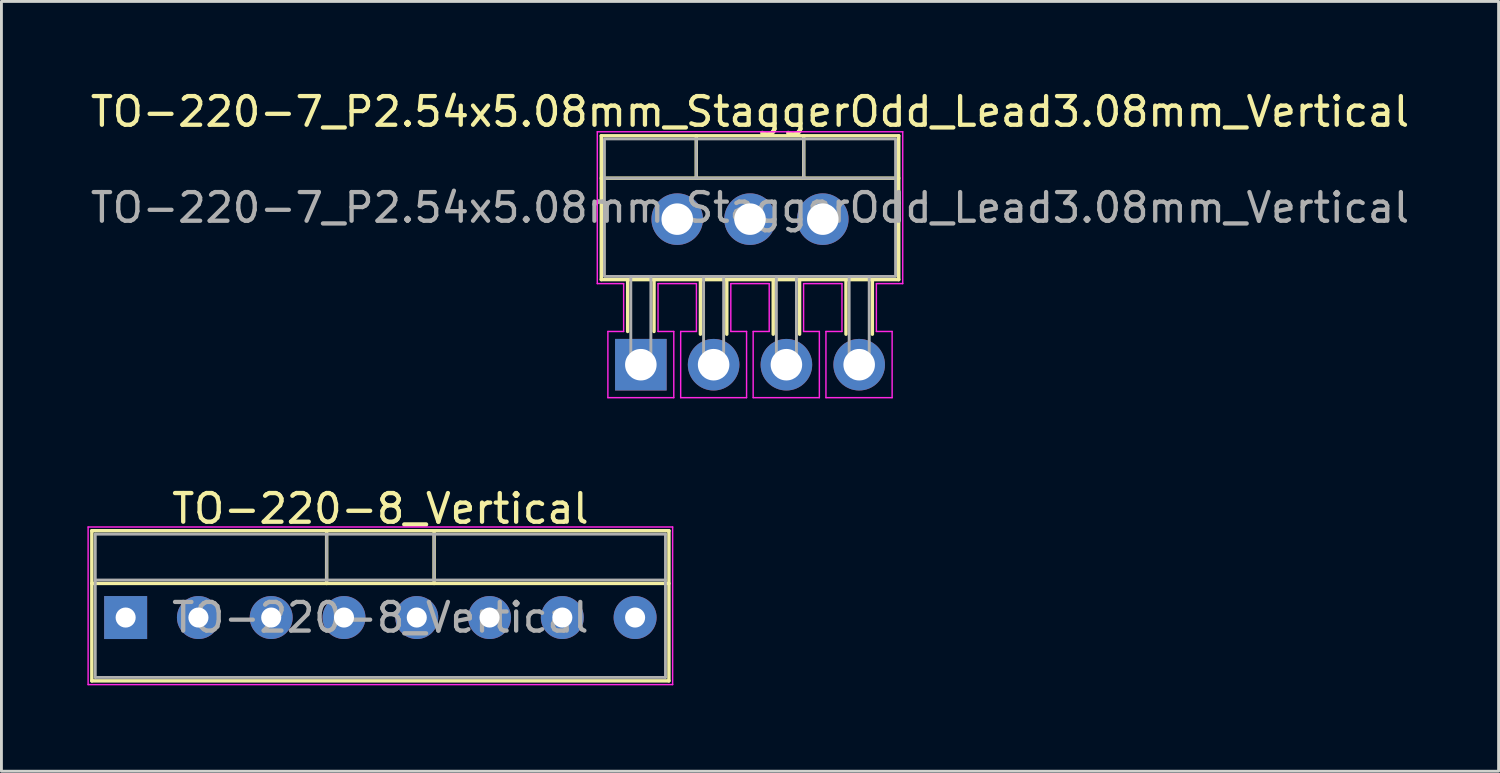
<source format=kicad_pcb>
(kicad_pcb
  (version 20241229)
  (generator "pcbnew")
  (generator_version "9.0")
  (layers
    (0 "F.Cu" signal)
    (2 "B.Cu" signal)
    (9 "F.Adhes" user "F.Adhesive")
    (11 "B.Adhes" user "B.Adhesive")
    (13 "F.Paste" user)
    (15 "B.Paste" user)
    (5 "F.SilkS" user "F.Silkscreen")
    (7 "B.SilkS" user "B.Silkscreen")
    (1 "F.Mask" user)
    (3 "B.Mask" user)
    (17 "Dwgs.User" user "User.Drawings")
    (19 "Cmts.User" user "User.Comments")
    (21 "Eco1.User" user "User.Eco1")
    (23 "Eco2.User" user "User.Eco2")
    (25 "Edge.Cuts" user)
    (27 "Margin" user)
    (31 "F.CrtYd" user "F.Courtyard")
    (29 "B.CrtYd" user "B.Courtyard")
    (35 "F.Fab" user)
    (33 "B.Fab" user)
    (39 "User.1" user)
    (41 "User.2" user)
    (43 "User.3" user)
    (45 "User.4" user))
  (footprint "TO-220-8_Vertical"
    (layer "F.Cu")
    (at 1.335 18.502)
    (property "Reference" "TO-220-8_Vertical" (at 8.89 -3.8 0) (layer "F.SilkS") (effects (font (size 1 1) (thickness 0.15))))
    (attr through_hole)
    (fp_line (start -1.18 -3.03) (end -1.18 2.211) (stroke (width 0.12) (type solid)) (layer "F.SilkS"))
    (fp_line (start -1.18 -3.03) (end 18.96 -3.03) (stroke (width 0.12) (type solid)) (layer "F.SilkS"))
    (fp_line (start -1.18 -1.19) (end 18.96 -1.19) (stroke (width 0.12) (type solid)) (layer "F.SilkS"))
    (fp_line (start -1.18 2.21) (end 18.96 2.21) (stroke (width 0.12) (type solid)) (layer "F.SilkS"))
    (fp_line (start 7.015 -3.03) (end 7.015 -1.19) (stroke (width 0.12) (type solid)) (layer "F.SilkS"))
    (fp_line (start 10.765 -3.03) (end 10.765 -1.19) (stroke (width 0.12) (type solid)) (layer "F.SilkS"))
    (fp_line (start 18.96 -3.03) (end 18.96 2.21) (stroke (width 0.12) (type solid)) (layer "F.SilkS"))
    (fp_line (start -1.31 -3.16) (end -1.31 2.34) (stroke (width 0.05) (type solid)) (layer "F.CrtYd"))
    (fp_line (start -1.31 2.34) (end 19.09 2.34) (stroke (width 0.05) (type solid)) (layer "F.CrtYd"))
    (fp_line (start 19.09 -3.16) (end -1.31 -3.16) (stroke (width 0.05) (type solid)) (layer "F.CrtYd"))
    (fp_line (start 19.09 2.34) (end 19.09 -3.16) (stroke (width 0.05) (type solid)) (layer "F.CrtYd"))
    (fp_line (start -1.06 -2.91) (end -1.06 2.09) (stroke (width 0.1) (type solid)) (layer "F.Fab"))
    (fp_line (start -1.06 -1.31) (end 18.84 -1.31) (stroke (width 0.1) (type solid)) (layer "F.Fab"))
    (fp_line (start -1.06 2.09) (end 18.84 2.09) (stroke (width 0.1) (type solid)) (layer "F.Fab"))
    (fp_line (start 7.015 -2.91) (end 7.015 -1.31) (stroke (width 0.1) (type solid)) (layer "F.Fab"))
    (fp_line (start 10.765 -2.91) (end 10.765 -1.31) (stroke (width 0.1) (type solid)) (layer "F.Fab"))
    (fp_line (start 18.84 -2.91) (end -1.06 -2.91) (stroke (width 0.1) (type solid)) (layer "F.Fab"))
    (fp_line (start 18.84 2.09) (end 18.84 -2.91) (stroke (width 0.1) (type solid)) (layer "F.Fab"))
    (fp_text user "${REFERENCE}" (at 8.89 0 0) (layer "F.Fab") (effects (font (size 1 1) (thickness 0.15))))
    (pad "1" thru_hole rect (at 0 0) (size 1.5 1.5) (drill 0.7) (layers "*.Cu" "*.Mask"))
    (pad "2" thru_hole oval (at 2.54 0) (size 1.5 1.5) (drill 0.7) (layers "*.Cu" "*.Mask"))
    (pad "3" thru_hole oval (at 5.08 0) (size 1.5 1.5) (drill 0.7) (layers "*.Cu" "*.Mask"))
    (pad "4" thru_hole oval (at 7.62 0) (size 1.5 1.5) (drill 0.7) (layers "*.Cu" "*.Mask"))
    (pad "5" thru_hole oval (at 10.16 0) (size 1.5 1.5) (drill 0.7) (layers "*.Cu" "*.Mask"))
    (pad "6" thru_hole oval (at 12.7 0) (size 1.5 1.5) (drill 0.7) (layers "*.Cu" "*.Mask"))
    (pad "7" thru_hole oval (at 15.24 0) (size 1.5 1.5) (drill 0.7) (layers "*.Cu" "*.Mask"))
    (pad "8" thru_hole oval (at 17.78 0) (size 1.5 1.5) (drill 0.7) (layers "*.Cu" "*.Mask")))
  (footprint "TO-220-7_P2.54x5.08mm_StaggerOdd_Lead3.08mm_Vertical"
    (layer "F.Cu")
    (at 19.315 9.678)
    (property "Reference" "TO-220-7_P2.54x5.08mm_StaggerOdd_Lead3.08mm_Vertical" (at 3.81 -8.83 0) (layer "F.SilkS") (effects (font (size 1 1) (thickness 0.15))))
    (attr through_hole)
    (fp_line (start -1.38 -7.99) (end 9 -7.99) (stroke (width 0.12) (type solid)) (layer "F.SilkS"))
    (fp_line (start -1.38 -6.51) (end 9 -6.51) (stroke (width 0.12) (type solid)) (layer "F.SilkS"))
    (fp_line (start -1.38 -2.97) (end -1.38 -7.99) (stroke (width 0.12) (type solid)) (layer "F.SilkS"))
    (fp_line (start -0.46 -2.97) (end -0.46 -1.16) (stroke (width 0.12) (type solid)) (layer "F.SilkS"))
    (fp_line (start 0.46 -2.97) (end 0.46 -1.16) (stroke (width 0.12) (type solid)) (layer "F.SilkS"))
    (fp_line (start 1.935 -7.99) (end 1.935 -6.51) (stroke (width 0.12) (type solid)) (layer "F.SilkS"))
    (fp_line (start 2.08 -2.97) (end 2.08 -1.065) (stroke (width 0.12) (type solid)) (layer "F.SilkS"))
    (fp_line (start 3 -2.97) (end 3 -1.065) (stroke (width 0.12) (type solid)) (layer "F.SilkS"))
    (fp_line (start 4.62 -2.97) (end 4.62 -1.065) (stroke (width 0.12) (type solid)) (layer "F.SilkS"))
    (fp_line (start 5.54 -2.97) (end 5.54 -1.065) (stroke (width 0.12) (type solid)) (layer "F.SilkS"))
    (fp_line (start 5.685 -7.99) (end 5.685 -6.51) (stroke (width 0.12) (type solid)) (layer "F.SilkS"))
    (fp_line (start 7.16 -2.97) (end 7.16 -1.065) (stroke (width 0.12) (type solid)) (layer "F.SilkS"))
    (fp_line (start 8.08 -2.97) (end 8.08 -1.065) (stroke (width 0.12) (type solid)) (layer "F.SilkS"))
    (fp_line (start 9 -7.99) (end 9 -2.97) (stroke (width 0.12) (type solid)) (layer "F.SilkS"))
    (fp_line (start 9 -2.97) (end -1.38 -2.97) (stroke (width 0.12) (type solid)) (layer "F.SilkS"))
    (fp_line (start -1.52 -8.13) (end 9.14 -8.13) (stroke (width 0.05) (type solid)) (layer "F.CrtYd"))
    (fp_line (start -1.52 -2.83) (end -1.52 -8.13) (stroke (width 0.05) (type solid)) (layer "F.CrtYd"))
    (fp_line (start -1.15 -1.16) (end -0.6 -1.16) (stroke (width 0.05) (type solid)) (layer "F.CrtYd"))
    (fp_line (start -1.15 1.15) (end -1.15 -1.16) (stroke (width 0.05) (type solid)) (layer "F.CrtYd"))
    (fp_line (start -0.6 -2.83) (end -1.52 -2.83) (stroke (width 0.05) (type solid)) (layer "F.CrtYd"))
    (fp_line (start -0.6 -1.16) (end -0.6 -2.83) (stroke (width 0.05) (type solid)) (layer "F.CrtYd"))
    (fp_line (start 0.6 -2.83) (end 0.6 -1.16) (stroke (width 0.05) (type solid)) (layer "F.CrtYd"))
    (fp_line (start 0.6 -1.16) (end 1.15 -1.16) (stroke (width 0.05) (type solid)) (layer "F.CrtYd"))
    (fp_line (start 1.15 -1.16) (end 1.15 1.15) (stroke (width 0.05) (type solid)) (layer "F.CrtYd"))
    (fp_line (start 1.15 1.15) (end -1.15 1.15) (stroke (width 0.05) (type solid)) (layer "F.CrtYd"))
    (fp_line (start 1.39 -1.16) (end 1.94 -1.16) (stroke (width 0.05) (type solid)) (layer "F.CrtYd"))
    (fp_line (start 1.39 1.15) (end 1.39 -1.16) (stroke (width 0.05) (type solid)) (layer "F.CrtYd"))
    (fp_line (start 1.94 -2.83) (end 0.6 -2.83) (stroke (width 0.05) (type solid)) (layer "F.CrtYd"))
    (fp_line (start 1.94 -1.16) (end 1.94 -2.83) (stroke (width 0.05) (type solid)) (layer "F.CrtYd"))
    (fp_line (start 3.14 -2.83) (end 3.14 -1.16) (stroke (width 0.05) (type solid)) (layer "F.CrtYd"))
    (fp_line (start 3.14 -1.16) (end 3.69 -1.16) (stroke (width 0.05) (type solid)) (layer "F.CrtYd"))
    (fp_line (start 3.69 -1.16) (end 3.69 1.15) (stroke (width 0.05) (type solid)) (layer "F.CrtYd"))
    (fp_line (start 3.69 1.15) (end 1.39 1.15) (stroke (width 0.05) (type solid)) (layer "F.CrtYd"))
    (fp_line (start 3.92 -1.16) (end 4.48 -1.16) (stroke (width 0.05) (type solid)) (layer "F.CrtYd"))
    (fp_line (start 3.92 1.15) (end 3.92 -1.16) (stroke (width 0.05) (type solid)) (layer "F.CrtYd"))
    (fp_line (start 4.48 -2.83) (end 3.14 -2.83) (stroke (width 0.05) (type solid)) (layer "F.CrtYd"))
    (fp_line (start 4.48 -1.16) (end 4.48 -2.83) (stroke (width 0.05) (type solid)) (layer "F.CrtYd"))
    (fp_line (start 5.68 -2.83) (end 5.68 -1.16) (stroke (width 0.05) (type solid)) (layer "F.CrtYd"))
    (fp_line (start 5.68 -1.16) (end 6.23 -1.16) (stroke (width 0.05) (type solid)) (layer "F.CrtYd"))
    (fp_line (start 6.23 -1.16) (end 6.23 1.15) (stroke (width 0.05) (type solid)) (layer "F.CrtYd"))
    (fp_line (start 6.23 1.15) (end 3.92 1.15) (stroke (width 0.05) (type solid)) (layer "F.CrtYd"))
    (fp_line (start 6.46 -1.16) (end 7.02 -1.16) (stroke (width 0.05) (type solid)) (layer "F.CrtYd"))
    (fp_line (start 6.46 1.15) (end 6.46 -1.16) (stroke (width 0.05) (type solid)) (layer "F.CrtYd"))
    (fp_line (start 7.02 -2.83) (end 5.68 -2.83) (stroke (width 0.05) (type solid)) (layer "F.CrtYd"))
    (fp_line (start 7.02 -1.16) (end 7.02 -2.83) (stroke (width 0.05) (type solid)) (layer "F.CrtYd"))
    (fp_line (start 8.22 -2.83) (end 8.22 -1.16) (stroke (width 0.05) (type solid)) (layer "F.CrtYd"))
    (fp_line (start 8.22 -1.16) (end 8.77 -1.16) (stroke (width 0.05) (type solid)) (layer "F.CrtYd"))
    (fp_line (start 8.77 -1.16) (end 8.77 1.15) (stroke (width 0.05) (type solid)) (layer "F.CrtYd"))
    (fp_line (start 8.77 1.15) (end 6.46 1.15) (stroke (width 0.05) (type solid)) (layer "F.CrtYd"))
    (fp_line (start 9.14 -8.13) (end 9.14 -2.83) (stroke (width 0.05) (type solid)) (layer "F.CrtYd"))
    (fp_line (start 9.14 -2.83) (end 8.22 -2.83) (stroke (width 0.05) (type solid)) (layer "F.CrtYd"))
    (fp_line (start -1.27 -6.51) (end 8.89 -6.51) (stroke (width 0.1) (type solid)) (layer "F.Fab"))
    (fp_line (start 1.935 -7.88) (end 1.935 -6.51) (stroke (width 0.1) (type solid)) (layer "F.Fab"))
    (fp_line (start 5.685 -7.88) (end 5.685 -6.51) (stroke (width 0.1) (type solid)) (layer "F.Fab"))
    (fp_rect (start -1.27 -7.88) (end 8.89 -3.08) (stroke (width 0.1) (type solid)) (fill no) (layer "F.Fab"))
    (fp_rect (start -0.35 -3.08) (end 0.35 0) (stroke (width 0.1) (type solid)) (fill no) (layer "F.Fab"))
    (fp_rect (start 2.19 -3.08) (end 2.89 0) (stroke (width 0.1) (type solid)) (fill no) (layer "F.Fab"))
    (fp_rect (start 4.73 -3.08) (end 5.43 0) (stroke (width 0.1) (type solid)) (fill no) (layer "F.Fab"))
    (fp_rect (start 7.27 -3.08) (end 7.97 0) (stroke (width 0.1) (type solid)) (fill no) (layer "F.Fab"))
    (fp_text user "${REFERENCE}" (at 3.81 -5.48 0) (layer "F.Fab") (effects (font (size 1 1) (thickness 0.15))))
    (pad "1" thru_hole rect (at 0 0) (size 1.8 1.8) (drill 1.1) (layers "*.Cu" "*.Mask"))
    (pad "2" thru_hole circle (at 1.27 -5.08) (size 1.8 1.8) (drill 1.1) (layers "*.Cu" "*.Mask"))
    (pad "3" thru_hole circle (at 2.54 0) (size 1.8 1.8) (drill 1.1) (layers "*.Cu" "*.Mask"))
    (pad "4" thru_hole circle (at 3.81 -5.08) (size 1.8 1.8) (drill 1.1) (layers "*.Cu" "*.Mask"))
    (pad "5" thru_hole circle (at 5.08 0) (size 1.8 1.8) (drill 1.1) (layers "*.Cu" "*.Mask"))
    (pad "6" thru_hole circle (at 6.35 -5.08) (size 1.8 1.8) (drill 1.1) (layers "*.Cu" "*.Mask"))
    (pad "7" thru_hole circle (at 7.62 0) (size 1.8 1.8) (drill 1.1) (layers "*.Cu" "*.Mask")))
  (gr_rect
    (start -3 -3)
    (end 49.25 23.866)
    (stroke (width 0.1) (type default))
    (fill no)
    (layer "Edge.Cuts")))
</source>
